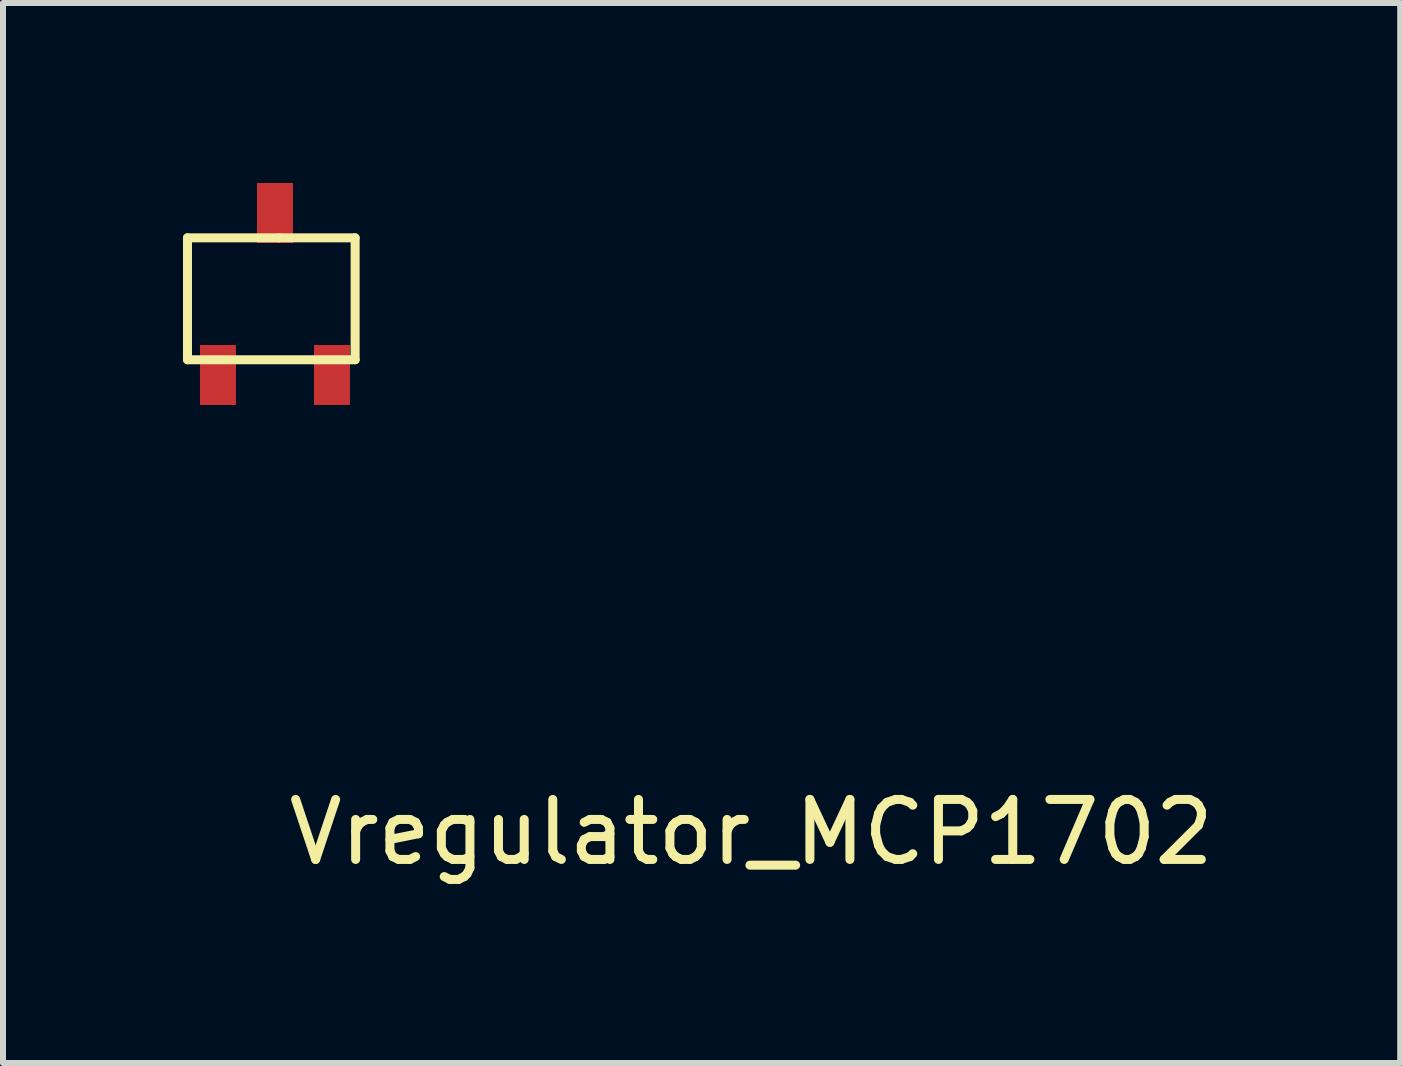
<source format=kicad_pcb>
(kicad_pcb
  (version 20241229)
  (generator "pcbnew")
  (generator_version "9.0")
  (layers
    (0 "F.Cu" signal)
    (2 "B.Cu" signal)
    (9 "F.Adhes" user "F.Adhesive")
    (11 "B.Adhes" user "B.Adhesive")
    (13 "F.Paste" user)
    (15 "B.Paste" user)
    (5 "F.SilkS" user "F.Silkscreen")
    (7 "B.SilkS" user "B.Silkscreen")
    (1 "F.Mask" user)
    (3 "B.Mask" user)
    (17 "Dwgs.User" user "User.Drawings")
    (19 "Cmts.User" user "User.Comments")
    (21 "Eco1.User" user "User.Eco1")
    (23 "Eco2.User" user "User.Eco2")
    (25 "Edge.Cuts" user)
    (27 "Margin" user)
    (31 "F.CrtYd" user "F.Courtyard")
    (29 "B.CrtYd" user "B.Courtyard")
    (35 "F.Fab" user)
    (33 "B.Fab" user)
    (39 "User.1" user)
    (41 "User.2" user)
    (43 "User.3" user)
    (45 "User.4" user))
  (footprint "Vregulator_MCP1702"
    (layer "F.Cu")
    (at 0.583 3.2)
    (property "Reference" "Vregulator_MCP1702" (at 8.89 7.62 0) (layer "F.SilkS") (effects (font (size 1 1) (thickness 0.15))))
    (attr through_hole)
    (fp_line (start -0.508 -2.286) (end 1.016 -2.286) (stroke (width 0.15) (type solid)) (layer "F.SilkS"))
    (fp_line (start -0.508 -0.254) (end -0.508 -2.286) (stroke (width 0.15) (type solid)) (layer "F.SilkS"))
    (fp_line (start 1.016 -2.286) (end 2.286 -2.286) (stroke (width 0.15) (type solid)) (layer "F.SilkS"))
    (fp_line (start 2.286 -2.286) (end 2.286 -0.254) (stroke (width 0.15) (type solid)) (layer "F.SilkS"))
    (fp_line (start 2.286 -0.254) (end -0.508 -0.254) (stroke (width 0.15) (type solid)) (layer "F.SilkS"))
    (pad "1" smd rect (at 0 0) (size 0.6 1) (layers "F.Cu" "F.Mask" "F.Paste"))
    (pad "2" smd rect (at 1.9 0) (size 0.6 1) (layers "F.Cu" "F.Mask" "F.Paste"))
    (pad "3" smd rect (at 0.95 -2.7) (size 0.6 1) (layers "F.Cu" "F.Mask" "F.Paste")))
  (gr_rect
    (start -3 -3)
    (end 20.288 14.668)
    (stroke (width 0.1) (type default))
    (fill no)
    (layer "Edge.Cuts")))
</source>
